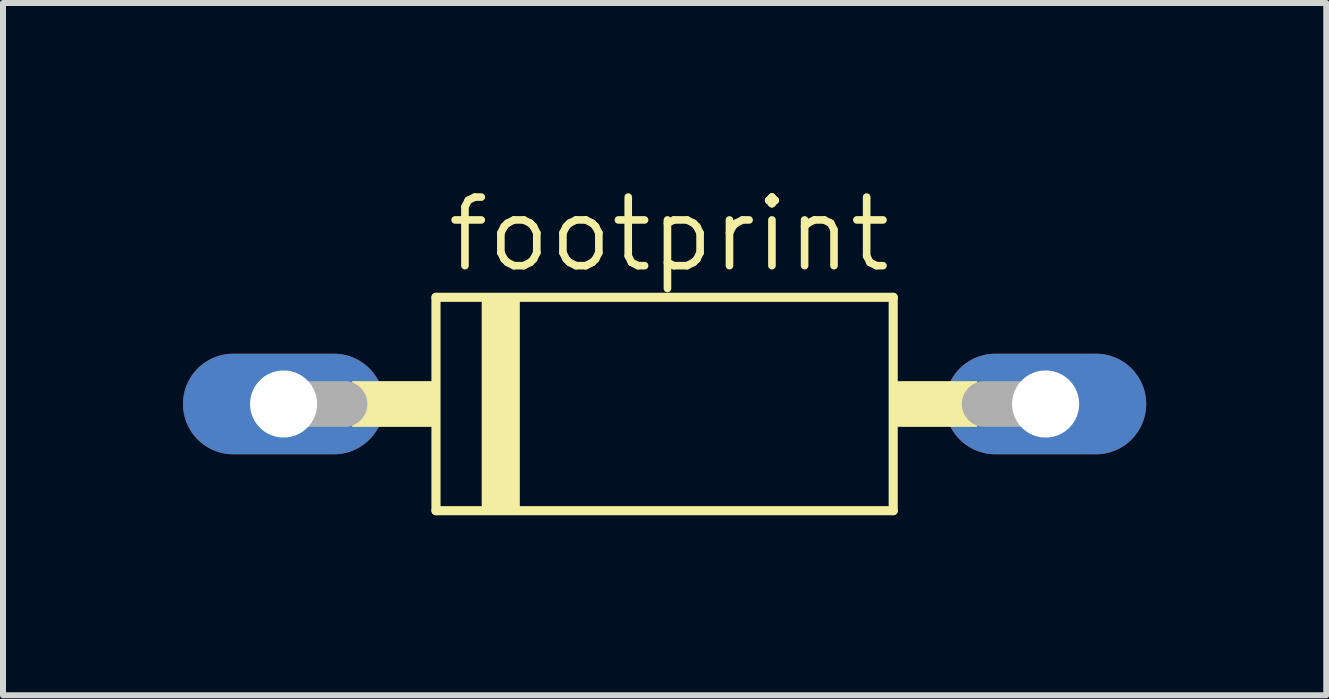
<source format=kicad_pcb>
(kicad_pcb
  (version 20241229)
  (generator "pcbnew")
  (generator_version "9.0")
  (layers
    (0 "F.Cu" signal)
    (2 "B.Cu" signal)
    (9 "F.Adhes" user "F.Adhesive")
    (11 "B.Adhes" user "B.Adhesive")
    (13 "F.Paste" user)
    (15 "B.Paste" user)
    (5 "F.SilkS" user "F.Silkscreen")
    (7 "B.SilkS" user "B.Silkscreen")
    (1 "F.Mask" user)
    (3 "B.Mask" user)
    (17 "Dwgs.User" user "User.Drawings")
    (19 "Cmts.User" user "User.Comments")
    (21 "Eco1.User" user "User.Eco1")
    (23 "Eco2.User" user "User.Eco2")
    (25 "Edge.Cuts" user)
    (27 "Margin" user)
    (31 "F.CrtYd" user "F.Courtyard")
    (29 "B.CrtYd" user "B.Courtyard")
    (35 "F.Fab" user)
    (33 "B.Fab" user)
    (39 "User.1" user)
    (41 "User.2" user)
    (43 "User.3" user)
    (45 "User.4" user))
  (footprint "footprint"
    (layer "F.Cu")
    (at 8.026 3.683)
    (property "Reference" "footprint" (at -3.683 -2.159 0) (layer "F.SilkS") (effects (font (size 1.143 1.143) (thickness 0.127)) (justify left bottom)))
    (fp_line (start -3.81 -1.778) (end -3.81 1.778) (stroke (width 0.152) (type solid)) (layer "F.SilkS"))
    (fp_line (start -3.81 1.778) (end 3.81 1.778) (stroke (width 0.152) (type solid)) (layer "F.SilkS"))
    (fp_line (start 3.81 -1.778) (end -3.81 -1.778) (stroke (width 0.152) (type solid)) (layer "F.SilkS"))
    (fp_line (start 3.81 1.778) (end 3.81 -1.778) (stroke (width 0.152) (type solid)) (layer "F.SilkS"))
    (fp_poly (pts (xy -5.207 0.381) (xy -3.81 0.381) (xy -3.81 -0.381) (xy -5.207 -0.381)) (stroke (width 0) (type solid)) (fill yes) (layer "F.SilkS"))
    (fp_poly (pts (xy -3.048 1.778) (xy -2.413 1.778) (xy -2.413 -1.778) (xy -3.048 -1.778)) (stroke (width 0) (type solid)) (fill yes) (layer "F.SilkS"))
    (fp_poly (pts (xy 3.81 0.381) (xy 5.207 0.381) (xy 5.207 -0.381) (xy 3.81 -0.381)) (stroke (width 0) (type solid)) (fill yes) (layer "F.SilkS"))
    (fp_line (start -6.35 0) (end -5.334 0) (stroke (width 0.762) (type solid)) (layer "F.Fab"))
    (fp_line (start 6.35 0) (end 5.334 0) (stroke (width 0.762) (type solid)) (layer "F.Fab"))
    (pad "A" thru_hole oval (at 6.35 0) (size 3.353 1.676) (drill 1.118) (layers "*.Cu" "*.Mask"))
    (pad "C" thru_hole oval (at -6.35 0) (size 3.353 1.676) (drill 1.118) (layers "*.Cu" "*.Mask")))
  (gr_rect
    (start -3 -3)
    (end 19.053 8.537)
    (stroke (width 0.1) (type default))
    (fill no)
    (layer "Edge.Cuts")))
</source>
